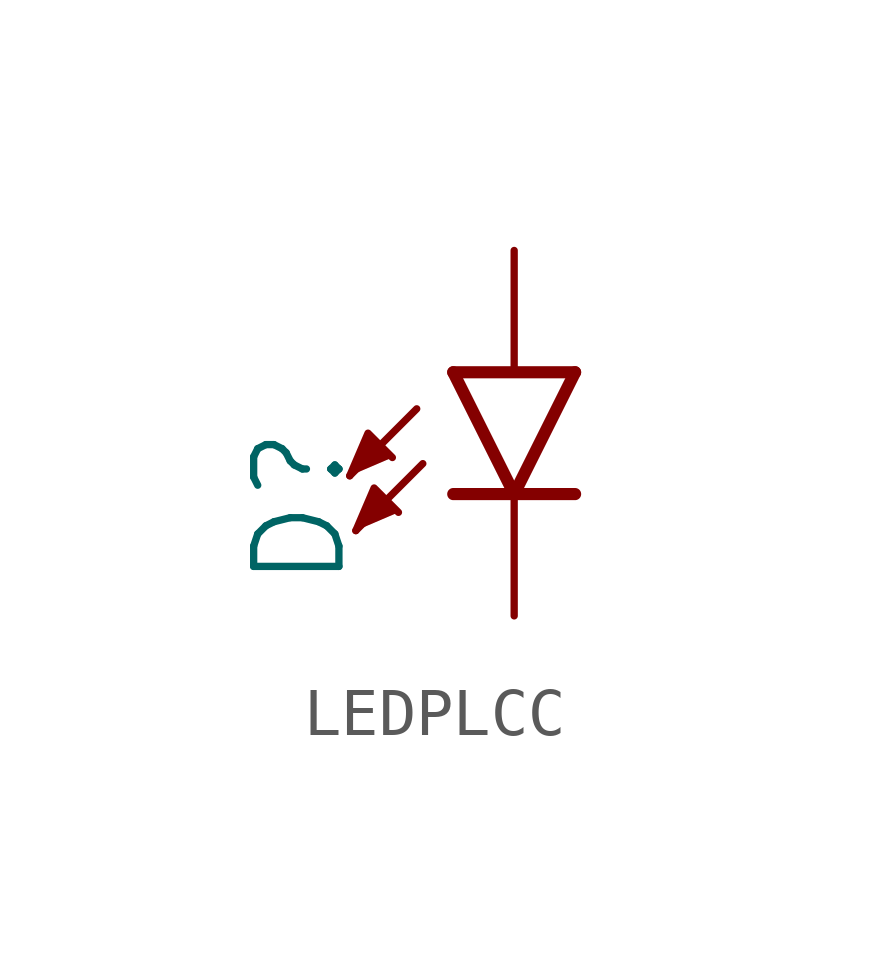
<source format=kicad_sym>
(kicad_symbol_lib
  (version 20231120)
  (generator "kicad_symbol_editor")
  (generator_version "8.0")
  (symbol "LEDPLCC"
    (property "Reference" "D"
      (at -3.429 -4.572 90)
      (effects (font (size 1.778 1.778)) (justify left bottom)))
    (property "Value" ""
      (at 1.905 -4.572 90)
      (effects (font (size 1.778 1.778)) (justify left top)))
    (property "ki_locked" ""
      (at 0 0 0)
      (effects (font (size 1.27 1.27))))
    (symbol "LEDPLCC_1_0"
      (polyline (pts (xy -2.032 -0.762) (xy -3.429 -2.159)) (stroke (width 0.152) (type solid)) (fill (type none)))
      (polyline (pts (xy -1.905 -1.905) (xy -3.302 -3.302)) (stroke (width 0.152) (type solid)) (fill (type none)))
      (polyline (pts (xy 0 -2.54) (xy -1.27 -2.54)) (stroke (width 0.254) (type solid)) (fill (type none)))
      (polyline (pts (xy 0 -2.54) (xy -1.27 0)) (stroke (width 0.254) (type solid)) (fill (type none)))
      (polyline (pts (xy 1.27 -2.54) (xy 0 -2.54)) (stroke (width 0.254) (type solid)) (fill (type none)))
      (polyline (pts (xy 1.27 0) (xy -1.27 0)) (stroke (width 0.254) (type solid)) (fill (type none)))
      (polyline (pts (xy 1.27 0) (xy 0 -2.54)) (stroke (width 0.254) (type solid)) (fill (type none)))
      (polyline (pts (xy -3.429 -2.159) (xy -3.048 -1.27) (xy -2.54 -1.778)) (stroke (width 0.152) (type solid)) (fill (type outline)))
      (polyline (pts (xy -3.302 -3.302) (xy -2.921 -2.413) (xy -2.413 -2.921)) (stroke (width 0.152) (type solid)) (fill (type outline)))
      (pin passive line (at 0 -5.08 90) (length 2.54) (name "C" (effects (font (size 0 0)))) (number "1" (effects (font (size 0 0)))))
      (pin passive line (at 0 2.54 270) (length 2.54) (name "A" (effects (font (size 0 0)))) (number "2" (effects (font (size 0 0))))))))
</source>
